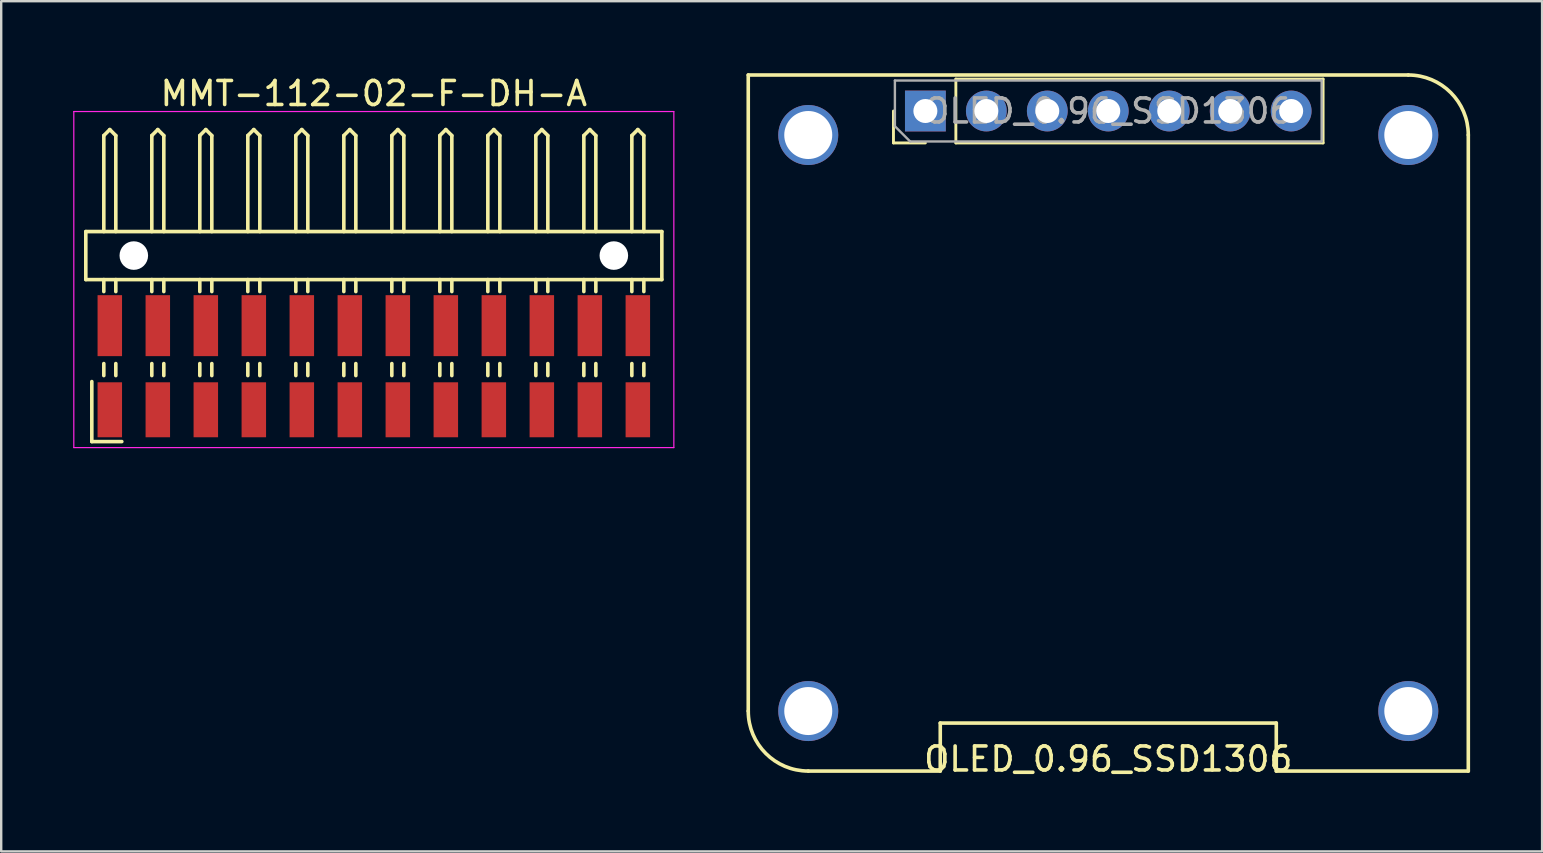
<source format=kicad_pcb>
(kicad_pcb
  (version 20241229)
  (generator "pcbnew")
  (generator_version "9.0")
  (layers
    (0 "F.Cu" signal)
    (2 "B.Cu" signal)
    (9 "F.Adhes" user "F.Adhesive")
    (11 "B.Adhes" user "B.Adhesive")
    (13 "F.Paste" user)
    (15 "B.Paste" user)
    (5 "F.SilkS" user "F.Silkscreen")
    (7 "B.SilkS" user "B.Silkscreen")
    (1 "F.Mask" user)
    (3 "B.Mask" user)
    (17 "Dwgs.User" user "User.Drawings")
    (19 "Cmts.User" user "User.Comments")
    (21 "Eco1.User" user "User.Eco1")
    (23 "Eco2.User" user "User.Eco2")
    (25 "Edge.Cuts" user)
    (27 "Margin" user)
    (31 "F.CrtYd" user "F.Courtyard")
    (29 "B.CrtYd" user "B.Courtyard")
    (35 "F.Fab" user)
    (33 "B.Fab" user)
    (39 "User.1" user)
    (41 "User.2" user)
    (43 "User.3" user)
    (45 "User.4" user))
  (footprint "MMT-112-02-F-DH-A"
    (layer "F.Cu")
    (at 12.525 7.598)
    (property "Reference" "MMT-112-02-F-DH-A" (at 0 -6.75 0) (layer "F.SilkS") (effects (font (size 1 1) (thickness 0.15))))
    (attr through_hole)
    (fp_line (start -12 -1) (end 12 -1) (stroke (width 0.15) (type solid)) (layer "F.SilkS"))
    (fp_line (start -12 1) (end -12 -1) (stroke (width 0.15) (type solid)) (layer "F.SilkS"))
    (fp_line (start -11.75 5.25) (end -11.75 7.75) (stroke (width 0.15) (type solid)) (layer "F.SilkS"))
    (fp_line (start -11.75 7.75) (end -10.5 7.75) (stroke (width 0.15) (type solid)) (layer "F.SilkS"))
    (fp_line (start -11.25 -5) (end -11 -5.25) (stroke (width 0.15) (type solid)) (layer "F.SilkS"))
    (fp_line (start -11.25 -1) (end -11.25 -5) (stroke (width 0.15) (type solid)) (layer "F.SilkS"))
    (fp_line (start -11.25 1) (end -11.25 1.5) (stroke (width 0.15) (type solid)) (layer "F.SilkS"))
    (fp_line (start -11.25 4.5) (end -11.25 5) (stroke (width 0.15) (type solid)) (layer "F.SilkS"))
    (fp_line (start -11 -5.25) (end -10.75 -5) (stroke (width 0.15) (type solid)) (layer "F.SilkS"))
    (fp_line (start -10.75 -5) (end -10.75 -1) (stroke (width 0.15) (type solid)) (layer "F.SilkS"))
    (fp_line (start -10.75 1) (end -10.75 1.5) (stroke (width 0.15) (type solid)) (layer "F.SilkS"))
    (fp_line (start -10.75 5) (end -10.75 4.5) (stroke (width 0.15) (type solid)) (layer "F.SilkS"))
    (fp_line (start -9.25 -5) (end -9 -5.25) (stroke (width 0.15) (type solid)) (layer "F.SilkS"))
    (fp_line (start -9.25 -1) (end -9.25 -5) (stroke (width 0.15) (type solid)) (layer "F.SilkS"))
    (fp_line (start -9.25 1) (end -9.25 1.5) (stroke (width 0.15) (type solid)) (layer "F.SilkS"))
    (fp_line (start -9.25 4.5) (end -9.25 5) (stroke (width 0.15) (type solid)) (layer "F.SilkS"))
    (fp_line (start -9 -5.25) (end -8.75 -5) (stroke (width 0.15) (type solid)) (layer "F.SilkS"))
    (fp_line (start -8.75 -5) (end -8.75 -1) (stroke (width 0.15) (type solid)) (layer "F.SilkS"))
    (fp_line (start -8.75 1) (end -8.75 1.5) (stroke (width 0.15) (type solid)) (layer "F.SilkS"))
    (fp_line (start -8.75 5) (end -8.75 4.5) (stroke (width 0.15) (type solid)) (layer "F.SilkS"))
    (fp_line (start -7.25 -5) (end -7 -5.25) (stroke (width 0.15) (type solid)) (layer "F.SilkS"))
    (fp_line (start -7.25 -1) (end -7.25 -5) (stroke (width 0.15) (type solid)) (layer "F.SilkS"))
    (fp_line (start -7.25 1) (end -7.25 1.5) (stroke (width 0.15) (type solid)) (layer "F.SilkS"))
    (fp_line (start -7.25 4.5) (end -7.25 5) (stroke (width 0.15) (type solid)) (layer "F.SilkS"))
    (fp_line (start -7 -5.25) (end -6.75 -5) (stroke (width 0.15) (type solid)) (layer "F.SilkS"))
    (fp_line (start -6.75 -5) (end -6.75 -1) (stroke (width 0.15) (type solid)) (layer "F.SilkS"))
    (fp_line (start -6.75 1) (end -6.75 1.5) (stroke (width 0.15) (type solid)) (layer "F.SilkS"))
    (fp_line (start -6.75 5) (end -6.75 4.5) (stroke (width 0.15) (type solid)) (layer "F.SilkS"))
    (fp_line (start -5.25 -5) (end -5 -5.25) (stroke (width 0.15) (type solid)) (layer "F.SilkS"))
    (fp_line (start -5.25 -1) (end -5.25 -5) (stroke (width 0.15) (type solid)) (layer "F.SilkS"))
    (fp_line (start -5.25 1) (end -5.25 1.5) (stroke (width 0.15) (type solid)) (layer "F.SilkS"))
    (fp_line (start -5.25 4.5) (end -5.25 5) (stroke (width 0.15) (type solid)) (layer "F.SilkS"))
    (fp_line (start -5 -5.25) (end -4.75 -5) (stroke (width 0.15) (type solid)) (layer "F.SilkS"))
    (fp_line (start -4.75 -5) (end -4.75 -1) (stroke (width 0.15) (type solid)) (layer "F.SilkS"))
    (fp_line (start -4.75 1) (end -4.75 1.5) (stroke (width 0.15) (type solid)) (layer "F.SilkS"))
    (fp_line (start -4.75 5) (end -4.75 4.5) (stroke (width 0.15) (type solid)) (layer "F.SilkS"))
    (fp_line (start -3.25 -5) (end -3 -5.25) (stroke (width 0.15) (type solid)) (layer "F.SilkS"))
    (fp_line (start -3.25 -1) (end -3.25 -5) (stroke (width 0.15) (type solid)) (layer "F.SilkS"))
    (fp_line (start -3.25 1) (end -3.25 1.5) (stroke (width 0.15) (type solid)) (layer "F.SilkS"))
    (fp_line (start -3.25 4.5) (end -3.25 5) (stroke (width 0.15) (type solid)) (layer "F.SilkS"))
    (fp_line (start -3 -5.25) (end -2.75 -5) (stroke (width 0.15) (type solid)) (layer "F.SilkS"))
    (fp_line (start -2.75 -5) (end -2.75 -1) (stroke (width 0.15) (type solid)) (layer "F.SilkS"))
    (fp_line (start -2.75 1) (end -2.75 1.5) (stroke (width 0.15) (type solid)) (layer "F.SilkS"))
    (fp_line (start -2.75 5) (end -2.75 4.5) (stroke (width 0.15) (type solid)) (layer "F.SilkS"))
    (fp_line (start -1.25 -5) (end -1 -5.25) (stroke (width 0.15) (type solid)) (layer "F.SilkS"))
    (fp_line (start -1.25 -1) (end -1.25 -5) (stroke (width 0.15) (type solid)) (layer "F.SilkS"))
    (fp_line (start -1.25 1) (end -1.25 1.5) (stroke (width 0.15) (type solid)) (layer "F.SilkS"))
    (fp_line (start -1.25 4.5) (end -1.25 5) (stroke (width 0.15) (type solid)) (layer "F.SilkS"))
    (fp_line (start -1 -5.25) (end -0.75 -5) (stroke (width 0.15) (type solid)) (layer "F.SilkS"))
    (fp_line (start -0.75 -5) (end -0.75 -1) (stroke (width 0.15) (type solid)) (layer "F.SilkS"))
    (fp_line (start -0.75 1) (end -0.75 1.5) (stroke (width 0.15) (type solid)) (layer "F.SilkS"))
    (fp_line (start -0.75 5) (end -0.75 4.5) (stroke (width 0.15) (type solid)) (layer "F.SilkS"))
    (fp_line (start 0.75 -5) (end 1 -5.25) (stroke (width 0.15) (type solid)) (layer "F.SilkS"))
    (fp_line (start 0.75 -1) (end 0.75 -5) (stroke (width 0.15) (type solid)) (layer "F.SilkS"))
    (fp_line (start 0.75 1) (end 0.75 1.5) (stroke (width 0.15) (type solid)) (layer "F.SilkS"))
    (fp_line (start 0.75 4.5) (end 0.75 5) (stroke (width 0.15) (type solid)) (layer "F.SilkS"))
    (fp_line (start 1 -5.25) (end 1.25 -5) (stroke (width 0.15) (type solid)) (layer "F.SilkS"))
    (fp_line (start 1.25 -5) (end 1.25 -1) (stroke (width 0.15) (type solid)) (layer "F.SilkS"))
    (fp_line (start 1.25 1) (end 1.25 1.5) (stroke (width 0.15) (type solid)) (layer "F.SilkS"))
    (fp_line (start 1.25 5) (end 1.25 4.5) (stroke (width 0.15) (type solid)) (layer "F.SilkS"))
    (fp_line (start 2.75 -5) (end 3 -5.25) (stroke (width 0.15) (type solid)) (layer "F.SilkS"))
    (fp_line (start 2.75 -1) (end 2.75 -5) (stroke (width 0.15) (type solid)) (layer "F.SilkS"))
    (fp_line (start 2.75 1) (end 2.75 1.5) (stroke (width 0.15) (type solid)) (layer "F.SilkS"))
    (fp_line (start 2.75 4.5) (end 2.75 5) (stroke (width 0.15) (type solid)) (layer "F.SilkS"))
    (fp_line (start 3 -5.25) (end 3.25 -5) (stroke (width 0.15) (type solid)) (layer "F.SilkS"))
    (fp_line (start 3.25 -5) (end 3.25 -1) (stroke (width 0.15) (type solid)) (layer "F.SilkS"))
    (fp_line (start 3.25 1) (end 3.25 1.5) (stroke (width 0.15) (type solid)) (layer "F.SilkS"))
    (fp_line (start 3.25 5) (end 3.25 4.5) (stroke (width 0.15) (type solid)) (layer "F.SilkS"))
    (fp_line (start 4.75 -5) (end 5 -5.25) (stroke (width 0.15) (type solid)) (layer "F.SilkS"))
    (fp_line (start 4.75 -1) (end 4.75 -5) (stroke (width 0.15) (type solid)) (layer "F.SilkS"))
    (fp_line (start 4.75 1) (end 4.75 1.5) (stroke (width 0.15) (type solid)) (layer "F.SilkS"))
    (fp_line (start 4.75 4.5) (end 4.75 5) (stroke (width 0.15) (type solid)) (layer "F.SilkS"))
    (fp_line (start 5 -5.25) (end 5.25 -5) (stroke (width 0.15) (type solid)) (layer "F.SilkS"))
    (fp_line (start 5.25 -5) (end 5.25 -1) (stroke (width 0.15) (type solid)) (layer "F.SilkS"))
    (fp_line (start 5.25 1) (end 5.25 1.5) (stroke (width 0.15) (type solid)) (layer "F.SilkS"))
    (fp_line (start 5.25 5) (end 5.25 4.5) (stroke (width 0.15) (type solid)) (layer "F.SilkS"))
    (fp_line (start 6.75 -5) (end 7 -5.25) (stroke (width 0.15) (type solid)) (layer "F.SilkS"))
    (fp_line (start 6.75 -1) (end 6.75 -5) (stroke (width 0.15) (type solid)) (layer "F.SilkS"))
    (fp_line (start 6.75 1) (end 6.75 1.5) (stroke (width 0.15) (type solid)) (layer "F.SilkS"))
    (fp_line (start 6.75 4.5) (end 6.75 5) (stroke (width 0.15) (type solid)) (layer "F.SilkS"))
    (fp_line (start 7 -5.25) (end 7.25 -5) (stroke (width 0.15) (type solid)) (layer "F.SilkS"))
    (fp_line (start 7.25 -5) (end 7.25 -1) (stroke (width 0.15) (type solid)) (layer "F.SilkS"))
    (fp_line (start 7.25 1) (end 7.25 1.5) (stroke (width 0.15) (type solid)) (layer "F.SilkS"))
    (fp_line (start 7.25 5) (end 7.25 4.5) (stroke (width 0.15) (type solid)) (layer "F.SilkS"))
    (fp_line (start 8.75 -5) (end 9 -5.25) (stroke (width 0.15) (type solid)) (layer "F.SilkS"))
    (fp_line (start 8.75 -1) (end 8.75 -5) (stroke (width 0.15) (type solid)) (layer "F.SilkS"))
    (fp_line (start 8.75 1) (end 8.75 1.5) (stroke (width 0.15) (type solid)) (layer "F.SilkS"))
    (fp_line (start 8.75 4.5) (end 8.75 5) (stroke (width 0.15) (type solid)) (layer "F.SilkS"))
    (fp_line (start 9 -5.25) (end 9.25 -5) (stroke (width 0.15) (type solid)) (layer "F.SilkS"))
    (fp_line (start 9.25 -5) (end 9.25 -1) (stroke (width 0.15) (type solid)) (layer "F.SilkS"))
    (fp_line (start 9.25 1) (end 9.25 1.5) (stroke (width 0.15) (type solid)) (layer "F.SilkS"))
    (fp_line (start 9.25 5) (end 9.25 4.5) (stroke (width 0.15) (type solid)) (layer "F.SilkS"))
    (fp_line (start 10.75 -5) (end 11 -5.25) (stroke (width 0.15) (type solid)) (layer "F.SilkS"))
    (fp_line (start 10.75 -1) (end 10.75 -5) (stroke (width 0.15) (type solid)) (layer "F.SilkS"))
    (fp_line (start 10.75 1) (end 10.75 1.5) (stroke (width 0.15) (type solid)) (layer "F.SilkS"))
    (fp_line (start 10.75 4.5) (end 10.75 5) (stroke (width 0.15) (type solid)) (layer "F.SilkS"))
    (fp_line (start 11 -5.25) (end 11.25 -5) (stroke (width 0.15) (type solid)) (layer "F.SilkS"))
    (fp_line (start 11.25 -5) (end 11.25 -1) (stroke (width 0.15) (type solid)) (layer "F.SilkS"))
    (fp_line (start 11.25 1) (end 11.25 1.5) (stroke (width 0.15) (type solid)) (layer "F.SilkS"))
    (fp_line (start 11.25 5) (end 11.25 4.5) (stroke (width 0.15) (type solid)) (layer "F.SilkS"))
    (fp_line (start 12 -1) (end 12 1) (stroke (width 0.15) (type solid)) (layer "F.SilkS"))
    (fp_line (start 12 1) (end -12 1) (stroke (width 0.15) (type solid)) (layer "F.SilkS"))
    (fp_line (start -12.5 -6) (end 12.5 -6) (stroke (width 0.05) (type solid)) (layer "F.CrtYd"))
    (fp_line (start -12.5 8) (end -12.5 -6) (stroke (width 0.05) (type solid)) (layer "F.CrtYd"))
    (fp_line (start 12.5 -6) (end 12.5 8) (stroke (width 0.05) (type solid)) (layer "F.CrtYd"))
    (fp_line (start 12.5 8) (end -12.5 8) (stroke (width 0.05) (type solid)) (layer "F.CrtYd"))
    (pad "" np_thru_hole circle (at -10 0) (size 1.19 1.19) (drill 1.19) (layers "*.Cu" "*.Mask"))
    (pad "" np_thru_hole circle (at 10 0) (size 1.19 1.19) (drill 1.19) (layers "*.Cu" "*.Mask"))
    (pad "1" smd rect (at -11 6.425) (size 1.02 2.29) (layers "F.Cu" "F.Mask" "F.Paste"))
    (pad "2" smd rect (at -11 2.92) (size 1.02 2.54) (layers "F.Cu" "F.Mask" "F.Paste"))
    (pad "3" smd rect (at -9 6.425) (size 1.02 2.29) (layers "F.Cu" "F.Mask" "F.Paste"))
    (pad "4" smd rect (at -9 2.92) (size 1.02 2.54) (layers "F.Cu" "F.Mask" "F.Paste"))
    (pad "5" smd rect (at -7 6.425) (size 1.02 2.29) (layers "F.Cu" "F.Mask" "F.Paste"))
    (pad "6" smd rect (at -7 2.92) (size 1.02 2.54) (layers "F.Cu" "F.Mask" "F.Paste"))
    (pad "7" smd rect (at -5 6.425) (size 1.02 2.29) (layers "F.Cu" "F.Mask" "F.Paste"))
    (pad "8" smd rect (at -5 2.92) (size 1.02 2.54) (layers "F.Cu" "F.Mask" "F.Paste"))
    (pad "9" smd rect (at -3 6.425) (size 1.02 2.29) (layers "F.Cu" "F.Mask" "F.Paste"))
    (pad "10" smd rect (at -3 2.92) (size 1.02 2.54) (layers "F.Cu" "F.Mask" "F.Paste"))
    (pad "11" smd rect (at -1 6.425) (size 1.02 2.29) (layers "F.Cu" "F.Mask" "F.Paste"))
    (pad "12" smd rect (at -1 2.92) (size 1.02 2.54) (layers "F.Cu" "F.Mask" "F.Paste"))
    (pad "13" smd rect (at 1 6.425) (size 1.02 2.29) (layers "F.Cu" "F.Mask" "F.Paste"))
    (pad "14" smd rect (at 1 2.92) (size 1.02 2.54) (layers "F.Cu" "F.Mask" "F.Paste"))
    (pad "15" smd rect (at 3 6.425) (size 1.02 2.29) (layers "F.Cu" "F.Mask" "F.Paste"))
    (pad "16" smd rect (at 3 2.92) (size 1.02 2.54) (layers "F.Cu" "F.Mask" "F.Paste"))
    (pad "17" smd rect (at 5 6.425) (size 1.02 2.29) (layers "F.Cu" "F.Mask" "F.Paste"))
    (pad "18" smd rect (at 5 2.92) (size 1.02 2.54) (layers "F.Cu" "F.Mask" "F.Paste"))
    (pad "19" smd rect (at 7 6.425) (size 1.02 2.29) (layers "F.Cu" "F.Mask" "F.Paste"))
    (pad "20" smd rect (at 7 2.92) (size 1.02 2.54) (layers "F.Cu" "F.Mask" "F.Paste"))
    (pad "21" smd rect (at 9 6.425) (size 1.02 2.29) (layers "F.Cu" "F.Mask" "F.Paste"))
    (pad "22" smd rect (at 9 2.92) (size 1.02 2.54) (layers "F.Cu" "F.Mask" "F.Paste"))
    (pad "23" smd rect (at 11 6.425) (size 1.02 2.29) (layers "F.Cu" "F.Mask" "F.Paste"))
    (pad "24" smd rect (at 11 2.92) (size 1.02 2.54) (layers "F.Cu" "F.Mask" "F.Paste")))
  (footprint "OLED_0.96_SSD1306"
    (layer "F.Cu")
    (at 43.125 14.575)
    (property "Reference" "OLED_0.96_SSD1306" (at 0 14 0) (layer "F.SilkS") (effects (font (size 1 1) (thickness 0.15))))
    (attr through_hole)
    (fp_line (start -15 -14.5) (end 12.5 -14.5) (stroke (width 0.15) (type solid)) (layer "F.SilkS"))
    (fp_line (start -15 12) (end -15 -14.5) (stroke (width 0.15) (type solid)) (layer "F.SilkS"))
    (fp_line (start -8.95 -11.67) (end -8.95 -13) (stroke (width 0.12) (type solid)) (layer "F.SilkS"))
    (fp_line (start -7.62 -11.67) (end -8.95 -11.67) (stroke (width 0.12) (type solid)) (layer "F.SilkS"))
    (fp_line (start -7 12.5) (end 7 12.5) (stroke (width 0.15) (type solid)) (layer "F.SilkS"))
    (fp_line (start -7 14.5) (end -12.5 14.5) (stroke (width 0.15) (type solid)) (layer "F.SilkS"))
    (fp_line (start -7 14.5) (end -7 12.5) (stroke (width 0.15) (type solid)) (layer "F.SilkS"))
    (fp_line (start -6.35 -14.33) (end 8.95 -14.33) (stroke (width 0.12) (type solid)) (layer "F.SilkS"))
    (fp_line (start -6.35 -11.67) (end -6.35 -14.33) (stroke (width 0.12) (type solid)) (layer "F.SilkS"))
    (fp_line (start -6.35 -11.67) (end 8.95 -11.67) (stroke (width 0.12) (type solid)) (layer "F.SilkS"))
    (fp_line (start 7 12.5) (end 7 14.5) (stroke (width 0.15) (type solid)) (layer "F.SilkS"))
    (fp_line (start 8.95 -11.67) (end 8.95 -14.33) (stroke (width 0.12) (type solid)) (layer "F.SilkS"))
    (fp_line (start 15 -12) (end 15 14.5) (stroke (width 0.15) (type solid)) (layer "F.SilkS"))
    (fp_line (start 15 14.5) (end 7 14.5) (stroke (width 0.15) (type solid)) (layer "F.SilkS"))
    (fp_arc (start -12.5 14.5) (mid -14.267767 13.767767) (end -15 12) (stroke (width 0.15) (type solid)) (layer "F.SilkS"))
    (fp_arc (start 12.5 -14.5) (mid 14.267767 -13.767767) (end 15 -12) (stroke (width 0.15) (type solid)) (layer "F.SilkS"))
    (fp_line (start -8.89 -14.27) (end 8.89 -14.27) (stroke (width 0.1) (type solid)) (layer "F.Fab"))
    (fp_line (start -8.89 -12.365) (end -8.89 -14.27) (stroke (width 0.1) (type solid)) (layer "F.Fab"))
    (fp_line (start -8.255 -11.73) (end -8.89 -12.365) (stroke (width 0.1) (type solid)) (layer "F.Fab"))
    (fp_line (start 8.89 -14.27) (end 8.89 -11.73) (stroke (width 0.1) (type solid)) (layer "F.Fab"))
    (fp_line (start 8.89 -11.73) (end -8.255 -11.73) (stroke (width 0.1) (type solid)) (layer "F.Fab"))
    (fp_text user "${REFERENCE}" (at 0 -13 180) (layer "F.Fab") (effects (font (size 1 1) (thickness 0.15))))
    (pad "" np_thru_hole circle (at -12.5 -12) (size 2.5 2.5) (drill 2) (layers "*.Cu" "*.Mask"))
    (pad "" np_thru_hole circle (at -12.5 12) (size 2.5 2.5) (drill 2) (layers "*.Cu" "*.Mask"))
    (pad "" np_thru_hole circle (at 12.5 -12) (size 2.5 2.5) (drill 2) (layers "*.Cu" "*.Mask"))
    (pad "" np_thru_hole circle (at 12.5 12) (size 2.5 2.5) (drill 2) (layers "*.Cu" "*.Mask"))
    (pad "1" thru_hole rect (at -7.62 -13 90) (size 1.7 1.7) (drill 1) (layers "*.Cu" "*.Mask"))
    (pad "2" thru_hole oval (at -5.08 -13 90) (size 1.7 1.7) (drill 1) (layers "*.Cu" "*.Mask"))
    (pad "3" thru_hole oval (at -2.54 -13 90) (size 1.7 1.7) (drill 1) (layers "*.Cu" "*.Mask"))
    (pad "4" thru_hole oval (at 0 -13 90) (size 1.7 1.7) (drill 1) (layers "*.Cu" "*.Mask"))
    (pad "5" thru_hole oval (at 2.54 -13 90) (size 1.7 1.7) (drill 1) (layers "*.Cu" "*.Mask"))
    (pad "6" thru_hole oval (at 5.08 -13 90) (size 1.7 1.7) (drill 1) (layers "*.Cu" "*.Mask"))
    (pad "7" thru_hole oval (at 7.62 -13 90) (size 1.7 1.7) (drill 1) (layers "*.Cu" "*.Mask")))
  (gr_rect
    (start -3 -3)
    (end 61.2 32.423)
    (stroke (width 0.1) (type default))
    (fill no)
    (layer "Edge.Cuts")))
</source>
